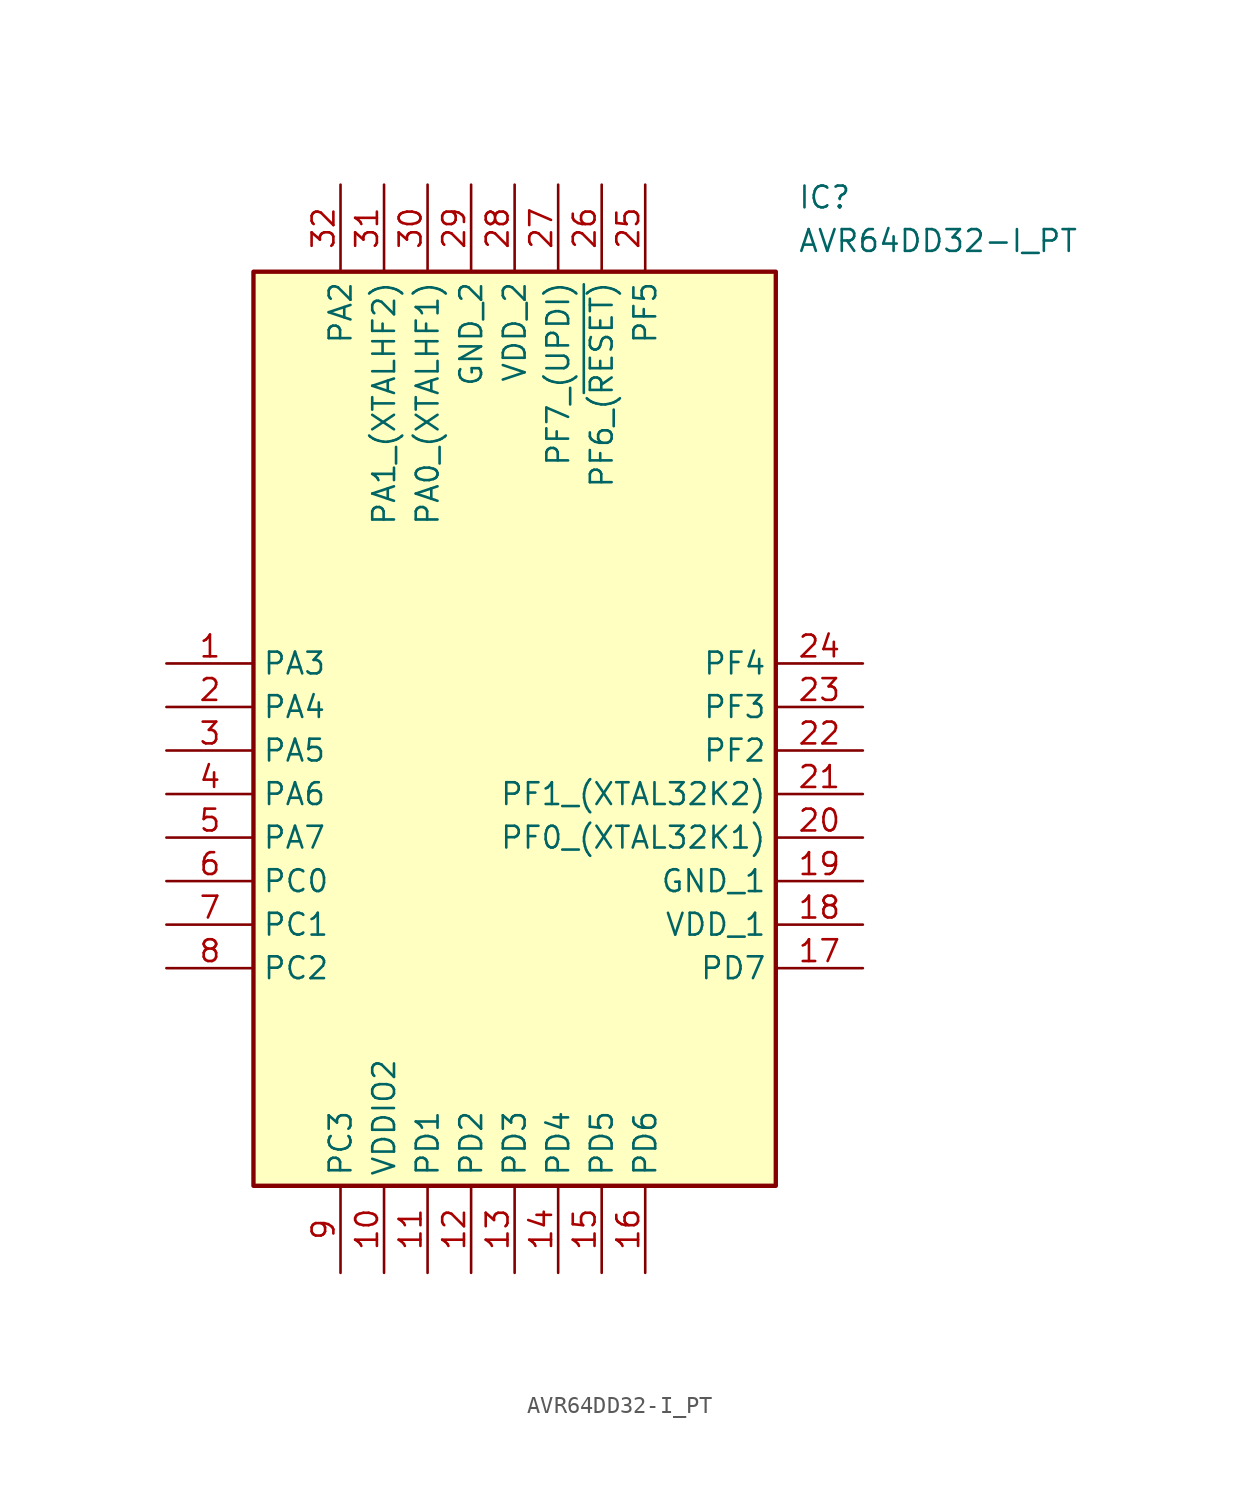
<source format=kicad_sym>
(kicad_symbol_lib
  (version 20211014)
  (generator SamacSys_ECAD_Model)
  (symbol "AVR64DD32-I_PT"
    (property "Reference" "IC"
      (at 36.83 27.94 0)
      (effects (font (size 1.27 1.27)) (justify left top)))
    (property "Value" "AVR64DD32-I_PT"
      (at 36.83 25.4 0)
      (effects (font (size 1.27 1.27)) (justify left top)))
    (rectangle
      (start 5.08 22.86)
      (end 35.56 -30.48)
      (stroke (width 0.254) (type default))
      (fill (type background)))
    (pin passive line
      (at 0 0 0)
      (length 5.08)
      (name "PA3" (effects (font (size 1.27 1.27))))
      (number "1" (effects (font (size 1.27 1.27)))))
    (pin passive line
      (at 0 -2.54 0)
      (length 5.08)
      (name "PA4" (effects (font (size 1.27 1.27))))
      (number "2" (effects (font (size 1.27 1.27)))))
    (pin passive line
      (at 0 -5.08 0)
      (length 5.08)
      (name "PA5" (effects (font (size 1.27 1.27))))
      (number "3" (effects (font (size 1.27 1.27)))))
    (pin passive line
      (at 0 -7.62 0)
      (length 5.08)
      (name "PA6" (effects (font (size 1.27 1.27))))
      (number "4" (effects (font (size 1.27 1.27)))))
    (pin passive line
      (at 0 -10.16 0)
      (length 5.08)
      (name "PA7" (effects (font (size 1.27 1.27))))
      (number "5" (effects (font (size 1.27 1.27)))))
    (pin passive line
      (at 0 -12.7 0)
      (length 5.08)
      (name "PC0" (effects (font (size 1.27 1.27))))
      (number "6" (effects (font (size 1.27 1.27)))))
    (pin passive line
      (at 0 -15.24 0)
      (length 5.08)
      (name "PC1" (effects (font (size 1.27 1.27))))
      (number "7" (effects (font (size 1.27 1.27)))))
    (pin passive line
      (at 0 -17.78 0)
      (length 5.08)
      (name "PC2" (effects (font (size 1.27 1.27))))
      (number "8" (effects (font (size 1.27 1.27)))))
    (pin passive line
      (at 10.16 -35.56 90)
      (length 5.08)
      (name "PC3" (effects (font (size 1.27 1.27))))
      (number "9" (effects (font (size 1.27 1.27)))))
    (pin passive line
      (at 12.7 -35.56 90)
      (length 5.08)
      (name "VDDIO2" (effects (font (size 1.27 1.27))))
      (number "10" (effects (font (size 1.27 1.27)))))
    (pin passive line
      (at 15.24 -35.56 90)
      (length 5.08)
      (name "PD1" (effects (font (size 1.27 1.27))))
      (number "11" (effects (font (size 1.27 1.27)))))
    (pin passive line
      (at 17.78 -35.56 90)
      (length 5.08)
      (name "PD2" (effects (font (size 1.27 1.27))))
      (number "12" (effects (font (size 1.27 1.27)))))
    (pin passive line
      (at 20.32 -35.56 90)
      (length 5.08)
      (name "PD3" (effects (font (size 1.27 1.27))))
      (number "13" (effects (font (size 1.27 1.27)))))
    (pin passive line
      (at 22.86 -35.56 90)
      (length 5.08)
      (name "PD4" (effects (font (size 1.27 1.27))))
      (number "14" (effects (font (size 1.27 1.27)))))
    (pin passive line
      (at 25.4 -35.56 90)
      (length 5.08)
      (name "PD5" (effects (font (size 1.27 1.27))))
      (number "15" (effects (font (size 1.27 1.27)))))
    (pin passive line
      (at 27.94 -35.56 90)
      (length 5.08)
      (name "PD6" (effects (font (size 1.27 1.27))))
      (number "16" (effects (font (size 1.27 1.27)))))
    (pin passive line
      (at 40.64 0 180)
      (length 5.08)
      (name "PF4" (effects (font (size 1.27 1.27))))
      (number "24" (effects (font (size 1.27 1.27)))))
    (pin passive line
      (at 40.64 -2.54 180)
      (length 5.08)
      (name "PF3" (effects (font (size 1.27 1.27))))
      (number "23" (effects (font (size 1.27 1.27)))))
    (pin passive line
      (at 40.64 -5.08 180)
      (length 5.08)
      (name "PF2" (effects (font (size 1.27 1.27))))
      (number "22" (effects (font (size 1.27 1.27)))))
    (pin passive line
      (at 40.64 -7.62 180)
      (length 5.08)
      (name "PF1_(XTAL32K2)" (effects (font (size 1.27 1.27))))
      (number "21" (effects (font (size 1.27 1.27)))))
    (pin passive line
      (at 40.64 -10.16 180)
      (length 5.08)
      (name "PF0_(XTAL32K1)" (effects (font (size 1.27 1.27))))
      (number "20" (effects (font (size 1.27 1.27)))))
    (pin passive line
      (at 40.64 -12.7 180)
      (length 5.08)
      (name "GND_1" (effects (font (size 1.27 1.27))))
      (number "19" (effects (font (size 1.27 1.27)))))
    (pin passive line
      (at 40.64 -15.24 180)
      (length 5.08)
      (name "VDD_1" (effects (font (size 1.27 1.27))))
      (number "18" (effects (font (size 1.27 1.27)))))
    (pin passive line
      (at 40.64 -17.78 180)
      (length 5.08)
      (name "PD7" (effects (font (size 1.27 1.27))))
      (number "17" (effects (font (size 1.27 1.27)))))
    (pin passive line
      (at 10.16 27.94 270)
      (length 5.08)
      (name "PA2" (effects (font (size 1.27 1.27))))
      (number "32" (effects (font (size 1.27 1.27)))))
    (pin passive line
      (at 12.7 27.94 270)
      (length 5.08)
      (name "PA1_(XTALHF2)" (effects (font (size 1.27 1.27))))
      (number "31" (effects (font (size 1.27 1.27)))))
    (pin passive line
      (at 15.24 27.94 270)
      (length 5.08)
      (name "PA0_(XTALHF1)" (effects (font (size 1.27 1.27))))
      (number "30" (effects (font (size 1.27 1.27)))))
    (pin passive line
      (at 17.78 27.94 270)
      (length 5.08)
      (name "GND_2" (effects (font (size 1.27 1.27))))
      (number "29" (effects (font (size 1.27 1.27)))))
    (pin passive line
      (at 20.32 27.94 270)
      (length 5.08)
      (name "VDD_2" (effects (font (size 1.27 1.27))))
      (number "28" (effects (font (size 1.27 1.27)))))
    (pin passive line
      (at 22.86 27.94 270)
      (length 5.08)
      (name "PF7_(UPDI)" (effects (font (size 1.27 1.27))))
      (number "27" (effects (font (size 1.27 1.27)))))
    (pin passive line
      (at 25.4 27.94 270)
      (length 5.08)
      (name "PF6_(~{RESET)}" (effects (font (size 1.27 1.27))))
      (number "26" (effects (font (size 1.27 1.27)))))
    (pin passive line
      (at 27.94 27.94 270)
      (length 5.08)
      (name "PF5" (effects (font (size 1.27 1.27))))
      (number "25" (effects (font (size 1.27 1.27)))))))
</source>
